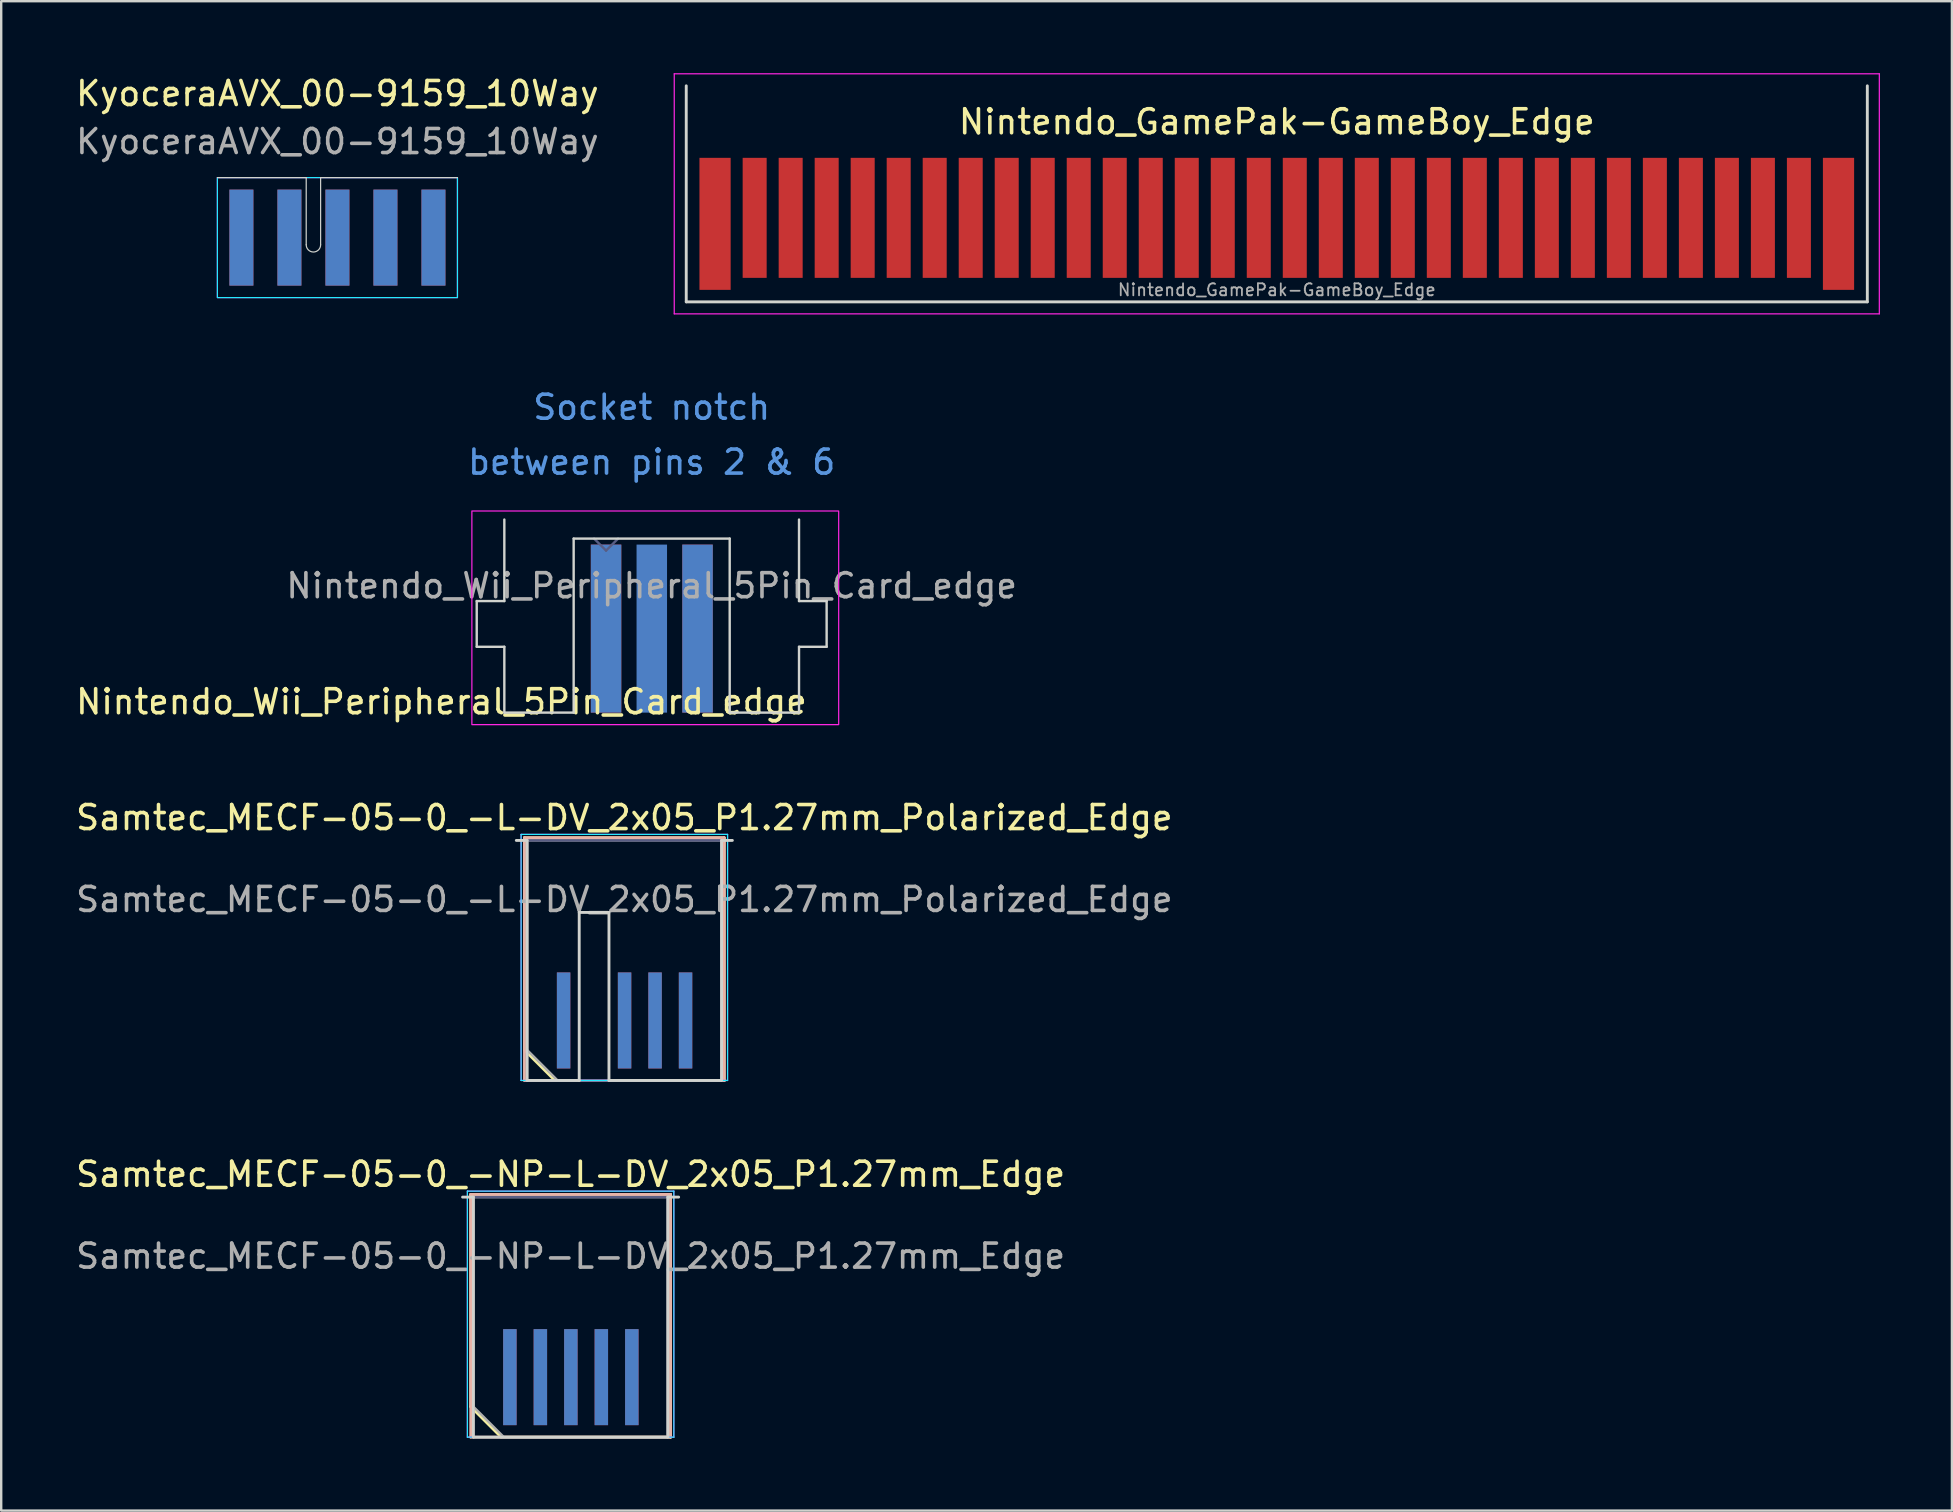
<source format=kicad_pcb>
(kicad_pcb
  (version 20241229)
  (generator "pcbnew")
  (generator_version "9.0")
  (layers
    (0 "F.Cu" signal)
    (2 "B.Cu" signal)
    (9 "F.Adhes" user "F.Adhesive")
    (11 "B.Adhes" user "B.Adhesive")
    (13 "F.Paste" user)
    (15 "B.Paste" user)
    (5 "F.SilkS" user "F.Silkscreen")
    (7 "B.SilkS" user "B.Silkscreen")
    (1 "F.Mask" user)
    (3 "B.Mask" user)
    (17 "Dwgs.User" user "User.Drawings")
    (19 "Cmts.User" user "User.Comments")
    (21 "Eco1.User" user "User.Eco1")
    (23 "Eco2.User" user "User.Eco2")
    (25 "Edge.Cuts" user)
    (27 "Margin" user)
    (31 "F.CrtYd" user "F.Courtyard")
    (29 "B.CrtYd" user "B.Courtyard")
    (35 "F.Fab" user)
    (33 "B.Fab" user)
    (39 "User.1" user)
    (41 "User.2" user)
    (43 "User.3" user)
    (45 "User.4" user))
  (footprint "Samtec_MECF-05-0_-NP-L-DV_2x05_P1.27mm_Edge"
    (layer "F.Cu")
    (at 20.72 51.818)
    (property "Reference" "Samtec_MECF-05-0_-NP-L-DV_2x05_P1.27mm_Edge" (at 0 -5.95 0) (layer "F.SilkS") (effects (font (size 1 1) (thickness 0.15))))
    (attr exclude_from_pos_files exclude_from_bom)
    (fp_line (start -4.16 -5.11) (end 4.16 -5.11) (stroke (width 0.12) (type solid)) (layer "F.SilkS"))
    (fp_line (start -4.16 3.73) (end -4.16 -5.11) (stroke (width 0.12) (type solid)) (layer "F.SilkS"))
    (fp_line (start -2.89 5) (end -4.16 3.73) (stroke (width 0.12) (type solid)) (layer "F.SilkS"))
    (fp_line (start -2.89 5) (end 4.16 5) (stroke (width 0.12) (type solid)) (layer "F.SilkS"))
    (fp_line (start 4.16 5) (end 4.16 -5.11) (stroke (width 0.12) (type solid)) (layer "F.SilkS"))
    (fp_line (start -4.16 -5.11) (end 4.16 -5.11) (stroke (width 0.12) (type solid)) (layer "B.SilkS"))
    (fp_line (start -4.16 5) (end -4.16 -5.11) (stroke (width 0.12) (type solid)) (layer "B.SilkS"))
    (fp_line (start -4.16 5) (end 4.16 5) (stroke (width 0.12) (type solid)) (layer "B.SilkS"))
    (fp_line (start 4.16 5) (end 4.16 -5.11) (stroke (width 0.12) (type solid)) (layer "B.SilkS"))
    (fp_line (start -4.5 -5) (end -4.05 -5) (stroke (width 0.12) (type solid)) (layer "Edge.Cuts"))
    (fp_line (start -4.05 5) (end -4.05 -5) (stroke (width 0.12) (type solid)) (layer "Edge.Cuts"))
    (fp_line (start -4.05 5) (end 4.05 5) (stroke (width 0.12) (type solid)) (layer "Edge.Cuts"))
    (fp_line (start 4.05 5) (end 4.05 -5) (stroke (width 0.12) (type solid)) (layer "Edge.Cuts"))
    (fp_line (start 4.5 -5) (end 4.05 -5) (stroke (width 0.12) (type solid)) (layer "Edge.Cuts"))
    (fp_line (start -4.3 -5.25) (end -4.3 5) (stroke (width 0.05) (type solid)) (layer "B.CrtYd"))
    (fp_line (start -4.3 5) (end 4.3 5) (stroke (width 0.05) (type solid)) (layer "B.CrtYd"))
    (fp_line (start 4.3 -5.25) (end -4.3 -5.25) (stroke (width 0.05) (type solid)) (layer "B.CrtYd"))
    (fp_line (start 4.3 5) (end 4.3 -5.25) (stroke (width 0.05) (type solid)) (layer "B.CrtYd"))
    (fp_line (start -4.3 -5.25) (end -4.3 5) (stroke (width 0.05) (type solid)) (layer "F.CrtYd"))
    (fp_line (start -4.3 5) (end 4.3 5) (stroke (width 0.05) (type solid)) (layer "F.CrtYd"))
    (fp_line (start 4.3 -5.25) (end -4.3 -5.25) (stroke (width 0.05) (type solid)) (layer "F.CrtYd"))
    (fp_line (start 4.3 5) (end 4.3 -5.25) (stroke (width 0.05) (type solid)) (layer "F.CrtYd"))
    (fp_line (start -4.05 -5) (end 4.05 -5) (stroke (width 0.1) (type solid)) (layer "B.Fab"))
    (fp_line (start -4.05 5) (end -4.05 -5) (stroke (width 0.1) (type solid)) (layer "B.Fab"))
    (fp_line (start -4.05 5) (end 4.05 5) (stroke (width 0.1) (type solid)) (layer "B.Fab"))
    (fp_line (start 4.05 5) (end 4.05 -5) (stroke (width 0.1) (type solid)) (layer "B.Fab"))
    (fp_line (start -4.05 -5) (end 4.05 -5) (stroke (width 0.1) (type solid)) (layer "F.Fab"))
    (fp_line (start -4.05 3.73) (end -4.05 -5) (stroke (width 0.1) (type solid)) (layer "F.Fab"))
    (fp_line (start -4.05 3.73) (end -2.78 5) (stroke (width 0.1) (type solid)) (layer "F.Fab"))
    (fp_line (start -2.78 5) (end 4.05 5) (stroke (width 0.1) (type solid)) (layer "F.Fab"))
    (fp_line (start 4.05 5) (end 4.05 -5) (stroke (width 0.1) (type solid)) (layer "F.Fab"))
    (fp_text user "${REFERENCE}" (at 0 -2.54 0) (layer "F.Fab") (effects (font (size 1 1) (thickness 0.15))))
    (pad "1" connect rect (at -2.53 2.5) (size 0.56 4) (layers "F.Cu" "F.Mask"))
    (pad "2" connect rect (at -2.53 2.5) (size 0.56 4) (layers "B.Cu" "B.Mask"))
    (pad "3" connect rect (at -1.26 2.5) (size 0.56 4) (layers "F.Cu" "F.Mask"))
    (pad "4" connect rect (at -1.26 2.5) (size 0.56 4) (layers "B.Cu" "B.Mask"))
    (pad "5" connect rect (at 0.01 2.5) (size 0.56 4) (layers "F.Cu" "F.Mask"))
    (pad "6" connect rect (at 0.01 2.5) (size 0.56 4) (layers "B.Cu" "B.Mask"))
    (pad "7" connect rect (at 1.28 2.5) (size 0.56 4) (layers "F.Cu" "F.Mask"))
    (pad "8" connect rect (at 1.28 2.5) (size 0.56 4) (layers "B.Cu" "B.Mask"))
    (pad "9" connect rect (at 2.55 2.5) (size 0.56 4) (layers "F.Cu" "F.Mask"))
    (pad "10" connect rect (at 2.55 2.5) (size 0.56 4) (layers "B.Cu" "B.Mask")))
  (footprint "Nintendo_GamePak-GameBoy_Edge"
    (layer "F.Cu")
    (at 50.137 6.025)
    (property "Reference" "Nintendo_GamePak-GameBoy_Edge" (at 0 -4 0) (unlocked yes) (layer "F.SilkS") (effects (font (size 1 1) (thickness 0.15))))
    (attr exclude_from_pos_files exclude_from_bom)
    (fp_line (start -24.6 3.5) (end -24.6 -5.5) (stroke (width 0.12) (type solid)) (layer "Edge.Cuts"))
    (fp_line (start -24.6 3.5) (end 24.6 3.5) (stroke (width 0.12) (type solid)) (layer "Edge.Cuts"))
    (fp_line (start 24.6 3.5) (end 24.6 -5.5) (stroke (width 0.12) (type solid)) (layer "Edge.Cuts"))
    (fp_line (start -25.1 -6) (end -25.1 4) (stroke (width 0.05) (type solid)) (layer "F.CrtYd"))
    (fp_line (start -25.1 4) (end 25.1 4) (stroke (width 0.05) (type solid)) (layer "F.CrtYd"))
    (fp_line (start 25.1 -6) (end -25.1 -6) (stroke (width 0.05) (type solid)) (layer "F.CrtYd"))
    (fp_line (start 25.1 4) (end 25.1 -6) (stroke (width 0.05) (type solid)) (layer "F.CrtYd"))
    (fp_text user "${REFERENCE}" (at 0 3 0) (unlocked yes) (layer "F.Fab") (effects (font (size 0.5 0.5) (thickness 0.075))))
    (pad "1" connect rect (at -23.4 0.25) (size 1.3 5.5) (layers "F.Cu" "F.Mask"))
    (pad "2" connect rect (at -21.75 0) (size 1 5) (layers "F.Cu" "F.Mask"))
    (pad "3" connect rect (at -20.25 0) (size 1 5) (layers "F.Cu" "F.Mask"))
    (pad "4" connect rect (at -18.75 0) (size 1 5) (layers "F.Cu" "F.Mask"))
    (pad "5" connect rect (at -17.25 0) (size 1 5) (layers "F.Cu" "F.Mask"))
    (pad "6" connect rect (at -15.75 0) (size 1 5) (layers "F.Cu" "F.Mask"))
    (pad "7" connect rect (at -14.25 0) (size 1 5) (layers "F.Cu" "F.Mask"))
    (pad "8" connect rect (at -12.75 0) (size 1 5) (layers "F.Cu" "F.Mask"))
    (pad "9" connect rect (at -11.25 0) (size 1 5) (layers "F.Cu" "F.Mask"))
    (pad "10" connect rect (at -9.75 0) (size 1 5) (layers "F.Cu" "F.Mask"))
    (pad "11" connect rect (at -8.25 0) (size 1 5) (layers "F.Cu" "F.Mask"))
    (pad "12" connect rect (at -6.75 0) (size 1 5) (layers "F.Cu" "F.Mask"))
    (pad "13" connect rect (at -5.25 0) (size 1 5) (layers "F.Cu" "F.Mask"))
    (pad "14" connect rect (at -3.75 0) (size 1 5) (layers "F.Cu" "F.Mask"))
    (pad "15" connect rect (at -2.25 0) (size 1 5) (layers "F.Cu" "F.Mask"))
    (pad "16" connect rect (at -0.75 0) (size 1 5) (layers "F.Cu" "F.Mask"))
    (pad "17" connect rect (at 0.75 0) (size 1 5) (layers "F.Cu" "F.Mask"))
    (pad "18" connect rect (at 2.25 0) (size 1 5) (layers "F.Cu" "F.Mask"))
    (pad "19" connect rect (at 3.75 0) (size 1 5) (layers "F.Cu" "F.Mask"))
    (pad "20" connect rect (at 5.25 0) (size 1 5) (layers "F.Cu" "F.Mask"))
    (pad "21" connect rect (at 6.75 0) (size 1 5) (layers "F.Cu" "F.Mask"))
    (pad "22" connect rect (at 8.25 0) (size 1 5) (layers "F.Cu" "F.Mask"))
    (pad "23" connect rect (at 9.75 0) (size 1 5) (layers "F.Cu" "F.Mask"))
    (pad "24" connect rect (at 11.25 0) (size 1 5) (layers "F.Cu" "F.Mask"))
    (pad "25" connect rect (at 12.75 0) (size 1 5) (layers "F.Cu" "F.Mask"))
    (pad "26" connect rect (at 14.25 0) (size 1 5) (layers "F.Cu" "F.Mask"))
    (pad "27" connect rect (at 15.75 0) (size 1 5) (layers "F.Cu" "F.Mask"))
    (pad "28" connect rect (at 17.25 0) (size 1 5) (layers "F.Cu" "F.Mask"))
    (pad "29" connect rect (at 18.75 0) (size 1 5) (layers "F.Cu" "F.Mask"))
    (pad "30" connect rect (at 20.25 0) (size 1 5) (layers "F.Cu" "F.Mask"))
    (pad "31" connect rect (at 21.75 0) (size 1 5) (layers "F.Cu" "F.Mask"))
    (pad "32" connect rect (at 23.4 0.25) (size 1.3 5.5) (layers "F.Cu" "F.Mask")))
  (footprint "Nintendo_Wii_Peripheral_5Pin_Card_edge"
    (layer "F.Cu")
    (at 22.197 23.136)
    (property "Reference" "Nintendo_Wii_Peripheral_5Pin_Card_edge" (at -6.858 3.048 0) (layer "F.SilkS") (effects (font (size 1 1) (thickness 0.15))))
    (attr exclude_from_pos_files exclude_from_bom allow_soldermask_bridges)
    (fp_poly (pts (xy 5.15 -3.75) (xy 5.15 3.5) (xy -1.35 3.5) (xy -1.35 -3.75)) (stroke (width 0.1) (type solid)) (fill yes) (layer "F.Mask"))
    (fp_poly (pts (xy 5.15 -3.75) (xy 5.15 3.5) (xy -1.35 3.5) (xy -1.35 -3.75)) (stroke (width 0.1) (type solid)) (fill yes) (layer "B.Mask"))
    (fp_line (start -5.388 0.757) (end -5.388 -1.148) (stroke (width 0.1) (type solid)) (layer "Edge.Cuts"))
    (fp_line (start -4.238 -1.148) (end -5.388 -1.148) (stroke (width 0.1) (type solid)) (layer "Edge.Cuts"))
    (fp_line (start -4.238 -1.148) (end -4.238 -4.543) (stroke (width 0.1) (type solid)) (layer "Edge.Cuts"))
    (fp_line (start -4.238 0.757) (end -5.388 0.757) (stroke (width 0.1) (type solid)) (layer "Edge.Cuts"))
    (fp_line (start -4.238 3.5) (end -4.238 0.757) (stroke (width 0.1) (type solid)) (layer "Edge.Cuts"))
    (fp_line (start -1.35 -3.75) (end 5.15 -3.75) (stroke (width 0.1) (type solid)) (layer "Edge.Cuts"))
    (fp_line (start -1.35 3.5) (end -4.238 3.5) (stroke (width 0.1) (type solid)) (layer "Edge.Cuts"))
    (fp_line (start -1.35 3.5) (end -1.35 -3.75) (stroke (width 0.1) (type solid)) (layer "Edge.Cuts"))
    (fp_line (start 5.15 -3.75) (end 5.15 3.5) (stroke (width 0.1) (type solid)) (layer "Edge.Cuts"))
    (fp_line (start 5.15 3.5) (end 8.038 3.5) (stroke (width 0.1) (type solid)) (layer "Edge.Cuts"))
    (fp_line (start 8.038 -1.148) (end 8.038 -4.543) (stroke (width 0.1) (type solid)) (layer "Edge.Cuts"))
    (fp_line (start 8.038 -1.148) (end 9.188 -1.148) (stroke (width 0.1) (type solid)) (layer "Edge.Cuts"))
    (fp_line (start 8.038 0.757) (end 9.188 0.757) (stroke (width 0.1) (type solid)) (layer "Edge.Cuts"))
    (fp_line (start 8.038 3.5) (end 8.038 0.757) (stroke (width 0.1) (type solid)) (layer "Edge.Cuts"))
    (fp_line (start 9.188 0.757) (end 9.188 -1.148) (stroke (width 0.1) (type solid)) (layer "Edge.Cuts"))
    (fp_rect (start -5.59 -4.9) (end 9.69 4) (stroke (width 0.05) (type default)) (fill no) (layer "F.CrtYd"))
    (fp_line (start -0.5 -3.75) (end 0 -3.25) (stroke (width 0.1) (type default)) (layer "B.Fab"))
    (fp_line (start 0 -3.25) (end 0.5 -3.75) (stroke (width 0.1) (type default)) (layer "B.Fab"))
    (fp_text user "between pins 2 & 6" (at 1.9 -6.35 0) (unlocked yes) (layer "Cmts.User") (effects (font (size 1 1) (thickness 0.15)) (justify bottom)))
    (fp_text user "Socket notch" (at 1.9 -8.636 0) (unlocked yes) (layer "Cmts.User") (effects (font (size 1 1) (thickness 0.15)) (justify bottom)))
    (fp_text user "${REFERENCE}" (at 1.9 -1.2 0) (layer "F.Fab") (effects (font (size 1 1) (thickness 0.15)) (justify bottom)))
    (pad "1" connect rect (at 0 0) (size 1.27 7) (layers "F.Mask" "B.Cu"))
    (pad "2" connect rect (at 0 0) (size 1.27 7) (layers "F.Cu" "F.Mask"))
    (pad "3" connect rect (at 1.905 0) (size 1.27 7) (layers "F.Mask" "B.Cu"))
    (pad "5" connect rect (at 3.81 0) (size 1.27 7) (layers "F.Mask" "B.Cu"))
    (pad "6" connect rect (at 3.81 0) (size 1.27 7) (layers "F.Cu" "F.Mask")))
  (footprint "Samtec_MECF-05-0_-L-DV_2x05_P1.27mm_Polarized_Edge"
    (layer "F.Cu")
    (at 22.958 36.959)
    (property "Reference" "Samtec_MECF-05-0_-L-DV_2x05_P1.27mm_Polarized_Edge" (at 0 -5.95 0) (layer "F.SilkS") (effects (font (size 1 1) (thickness 0.15))))
    (attr exclude_from_pos_files exclude_from_bom)
    (fp_line (start -4.16 -5.11) (end 4.16 -5.11) (stroke (width 0.12) (type solid)) (layer "F.SilkS"))
    (fp_line (start -4.16 3.73) (end -4.16 -5.11) (stroke (width 0.12) (type solid)) (layer "F.SilkS"))
    (fp_line (start -2.89 5) (end -4.16 3.73) (stroke (width 0.12) (type solid)) (layer "F.SilkS"))
    (fp_line (start -2.89 5) (end 4.16 5) (stroke (width 0.12) (type solid)) (layer "F.SilkS"))
    (fp_line (start 4.16 5) (end 4.16 -5.11) (stroke (width 0.12) (type solid)) (layer "F.SilkS"))
    (fp_line (start -4.16 -5.11) (end 4.16 -5.11) (stroke (width 0.12) (type solid)) (layer "B.SilkS"))
    (fp_line (start -4.16 5) (end -4.16 -5.11) (stroke (width 0.12) (type solid)) (layer "B.SilkS"))
    (fp_line (start -4.16 5) (end 4.16 5) (stroke (width 0.12) (type solid)) (layer "B.SilkS"))
    (fp_line (start 4.16 5) (end 4.16 -5.11) (stroke (width 0.12) (type solid)) (layer "B.SilkS"))
    (fp_line (start -4.5 -5) (end -4.05 -5) (stroke (width 0.12) (type solid)) (layer "Edge.Cuts"))
    (fp_line (start -4.05 5) (end -4.05 -5) (stroke (width 0.12) (type solid)) (layer "Edge.Cuts"))
    (fp_line (start -4.05 5) (end -1.88 5) (stroke (width 0.12) (type solid)) (layer "Edge.Cuts"))
    (fp_line (start -1.88 -2) (end -0.64 -2) (stroke (width 0.12) (type solid)) (layer "Edge.Cuts"))
    (fp_line (start -1.88 5) (end -1.88 -2) (stroke (width 0.12) (type solid)) (layer "Edge.Cuts"))
    (fp_line (start -0.64 5) (end -0.64 -2) (stroke (width 0.12) (type solid)) (layer "Edge.Cuts"))
    (fp_line (start -0.64 5) (end 4.05 5) (stroke (width 0.12) (type solid)) (layer "Edge.Cuts"))
    (fp_line (start 4.05 5) (end 4.05 -5) (stroke (width 0.12) (type solid)) (layer "Edge.Cuts"))
    (fp_line (start 4.5 -5) (end 4.05 -5) (stroke (width 0.12) (type solid)) (layer "Edge.Cuts"))
    (fp_line (start -4.3 -5.25) (end -4.3 5) (stroke (width 0.05) (type solid)) (layer "B.CrtYd"))
    (fp_line (start -4.3 5) (end 4.3 5) (stroke (width 0.05) (type solid)) (layer "B.CrtYd"))
    (fp_line (start 4.3 -5.25) (end -4.3 -5.25) (stroke (width 0.05) (type solid)) (layer "B.CrtYd"))
    (fp_line (start 4.3 5) (end 4.3 -5.25) (stroke (width 0.05) (type solid)) (layer "B.CrtYd"))
    (fp_line (start -4.3 -5.25) (end -4.3 5) (stroke (width 0.05) (type solid)) (layer "F.CrtYd"))
    (fp_line (start -4.3 5) (end 4.3 5) (stroke (width 0.05) (type solid)) (layer "F.CrtYd"))
    (fp_line (start 4.3 -5.25) (end -4.3 -5.25) (stroke (width 0.05) (type solid)) (layer "F.CrtYd"))
    (fp_line (start 4.3 5) (end 4.3 -5.25) (stroke (width 0.05) (type solid)) (layer "F.CrtYd"))
    (fp_line (start -4.05 -5) (end 4.05 -5) (stroke (width 0.1) (type solid)) (layer "B.Fab"))
    (fp_line (start -4.05 5) (end -4.05 -5) (stroke (width 0.1) (type solid)) (layer "B.Fab"))
    (fp_line (start -4.05 5) (end 4.05 5) (stroke (width 0.1) (type solid)) (layer "B.Fab"))
    (fp_line (start 4.05 5) (end 4.05 -5) (stroke (width 0.1) (type solid)) (layer "B.Fab"))
    (fp_line (start -4.05 -5) (end 4.05 -5) (stroke (width 0.1) (type solid)) (layer "F.Fab"))
    (fp_line (start -4.05 3.73) (end -4.05 -5) (stroke (width 0.1) (type solid)) (layer "F.Fab"))
    (fp_line (start -4.05 3.73) (end -2.78 5) (stroke (width 0.1) (type solid)) (layer "F.Fab"))
    (fp_line (start -2.78 5) (end 4.05 5) (stroke (width 0.1) (type solid)) (layer "F.Fab"))
    (fp_line (start 4.05 5) (end 4.05 -5) (stroke (width 0.1) (type solid)) (layer "F.Fab"))
    (fp_text user "${REFERENCE}" (at 0 -2.54 0) (layer "F.Fab") (effects (font (size 1 1) (thickness 0.15))))
    (pad "1" connect rect (at -2.53 2.5) (size 0.56 4) (layers "F.Cu" "F.Mask"))
    (pad "2" connect rect (at -2.53 2.5) (size 0.56 4) (layers "B.Cu" "B.Mask"))
    (pad "5" connect rect (at 0.01 2.5) (size 0.56 4) (layers "F.Cu" "F.Mask"))
    (pad "6" connect rect (at 0.01 2.5) (size 0.56 4) (layers "B.Cu" "B.Mask"))
    (pad "7" connect rect (at 1.28 2.5) (size 0.56 4) (layers "F.Cu" "F.Mask"))
    (pad "8" connect rect (at 1.28 2.5) (size 0.56 4) (layers "B.Cu" "B.Mask"))
    (pad "9" connect rect (at 2.55 2.5) (size 0.56 4) (layers "F.Cu" "F.Mask"))
    (pad "10" connect rect (at 2.55 2.5) (size 0.56 4) (layers "B.Cu" "B.Mask")))
  (footprint "KyoceraAVX_00-9159_10Way"
    (layer "F.Cu")
    (at 11.006 6.848)
    (property "Reference" "KyoceraAVX_00-9159_10Way" (at 0 -6 0) (layer "F.SilkS") (effects (font (size 1 1) (thickness 0.15))))
    (attr exclude_from_pos_files exclude_from_bom)
    (fp_line (start -1.3 -2.5) (end -5 -2.5) (stroke (width 0.05) (type default)) (layer "Edge.Cuts"))
    (fp_line (start -1.3 -2.5) (end -1.3 0.3) (stroke (width 0.05) (type default)) (layer "Edge.Cuts"))
    (fp_line (start -0.7 0.3) (end -0.7 -2.5) (stroke (width 0.05) (type default)) (layer "Edge.Cuts"))
    (fp_line (start 5 -2.5) (end -0.7 -2.5) (stroke (width 0.05) (type default)) (layer "Edge.Cuts"))
    (fp_arc (start -0.7 0.3) (mid -1 0.6) (end -1.3 0.3) (stroke (width 0.05) (type default)) (layer "Edge.Cuts"))
    (fp_rect (start -5 -2.5) (end 5 2.5) (stroke (width 0.05) (type default)) (fill no) (layer "B.CrtYd"))
    (fp_rect (start -5 -2.5) (end 5 2.5) (stroke (width 0.05) (type default)) (fill no) (layer "F.CrtYd"))
    (fp_text user "${REFERENCE}" (at 0 -4 0) (layer "F.Fab") (effects (font (size 1 1) (thickness 0.15))))
    (pad "1" connect rect (at -4 0) (size 1 4) (layers "F.Cu" "F.Mask"))
    (pad "2" connect rect (at -2 0) (size 1 4) (layers "F.Cu" "F.Mask"))
    (pad "3" connect rect (at 0 0) (size 1 4) (layers "F.Cu" "F.Mask"))
    (pad "4" connect rect (at 2 0) (size 1 4) (layers "F.Cu" "F.Mask"))
    (pad "5" connect rect (at 4 0) (size 1 4) (layers "F.Cu" "F.Mask"))
    (pad "6" connect rect (at -4 0) (size 1 4) (layers "B.Cu" "B.Mask"))
    (pad "7" connect rect (at -2 0) (size 1 4) (layers "B.Cu" "B.Mask"))
    (pad "8" connect rect (at 0 0) (size 1 4) (layers "B.Cu" "B.Mask"))
    (pad "9" connect rect (at 2 0) (size 1 4) (layers "B.Cu" "B.Mask"))
    (pad "10" connect rect (at 4 0) (size 1 4) (layers "B.Cu" "B.Mask")))
  (gr_rect
    (start -3 -3)
    (end 78.262 59.877)
    (stroke (width 0.1) (type default))
    (fill no)
    (layer "Edge.Cuts")))
</source>
